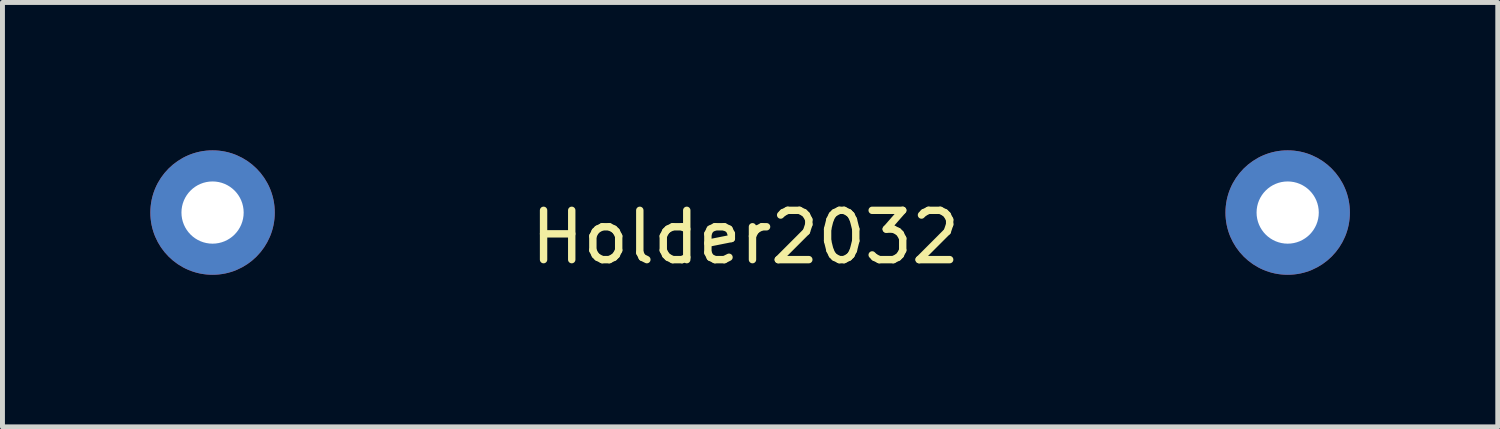
<source format=kicad_pcb>
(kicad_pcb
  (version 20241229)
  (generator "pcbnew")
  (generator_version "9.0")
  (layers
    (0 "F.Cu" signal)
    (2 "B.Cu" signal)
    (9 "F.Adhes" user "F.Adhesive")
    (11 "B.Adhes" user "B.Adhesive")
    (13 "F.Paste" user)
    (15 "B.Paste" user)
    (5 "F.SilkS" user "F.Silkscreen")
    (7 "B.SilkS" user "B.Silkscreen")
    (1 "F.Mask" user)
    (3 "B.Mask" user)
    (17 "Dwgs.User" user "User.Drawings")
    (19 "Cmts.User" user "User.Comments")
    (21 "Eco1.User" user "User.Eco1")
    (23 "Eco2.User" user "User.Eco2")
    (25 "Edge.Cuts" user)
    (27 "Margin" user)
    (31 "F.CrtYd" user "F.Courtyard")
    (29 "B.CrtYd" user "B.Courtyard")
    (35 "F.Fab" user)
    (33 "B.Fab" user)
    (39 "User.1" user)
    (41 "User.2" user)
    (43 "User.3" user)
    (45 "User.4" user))
  (footprint "Holder2032"
    (layer "F.Cu")
    (at 12.072 1.262)
    (property "Reference" "Holder2032" (at 0 0.5 0) (layer "F.SilkS") (effects (font (size 1 1) (thickness 0.15))))
    (attr through_hole)
    (pad "1" thru_hole circle (at -10.81 0) (size 2.524 2.524) (drill 1.262) (layers "*.Cu" "*.Mask"))
    (pad "2" thru_hole circle (at 11 0) (size 2.524 2.524) (drill 1.262) (layers "*.Cu" "*.Mask")))
  (gr_rect
    (start -3 -3)
    (end 27.334 5.61)
    (stroke (width 0.1) (type default))
    (fill no)
    (layer "Edge.Cuts")))
</source>
